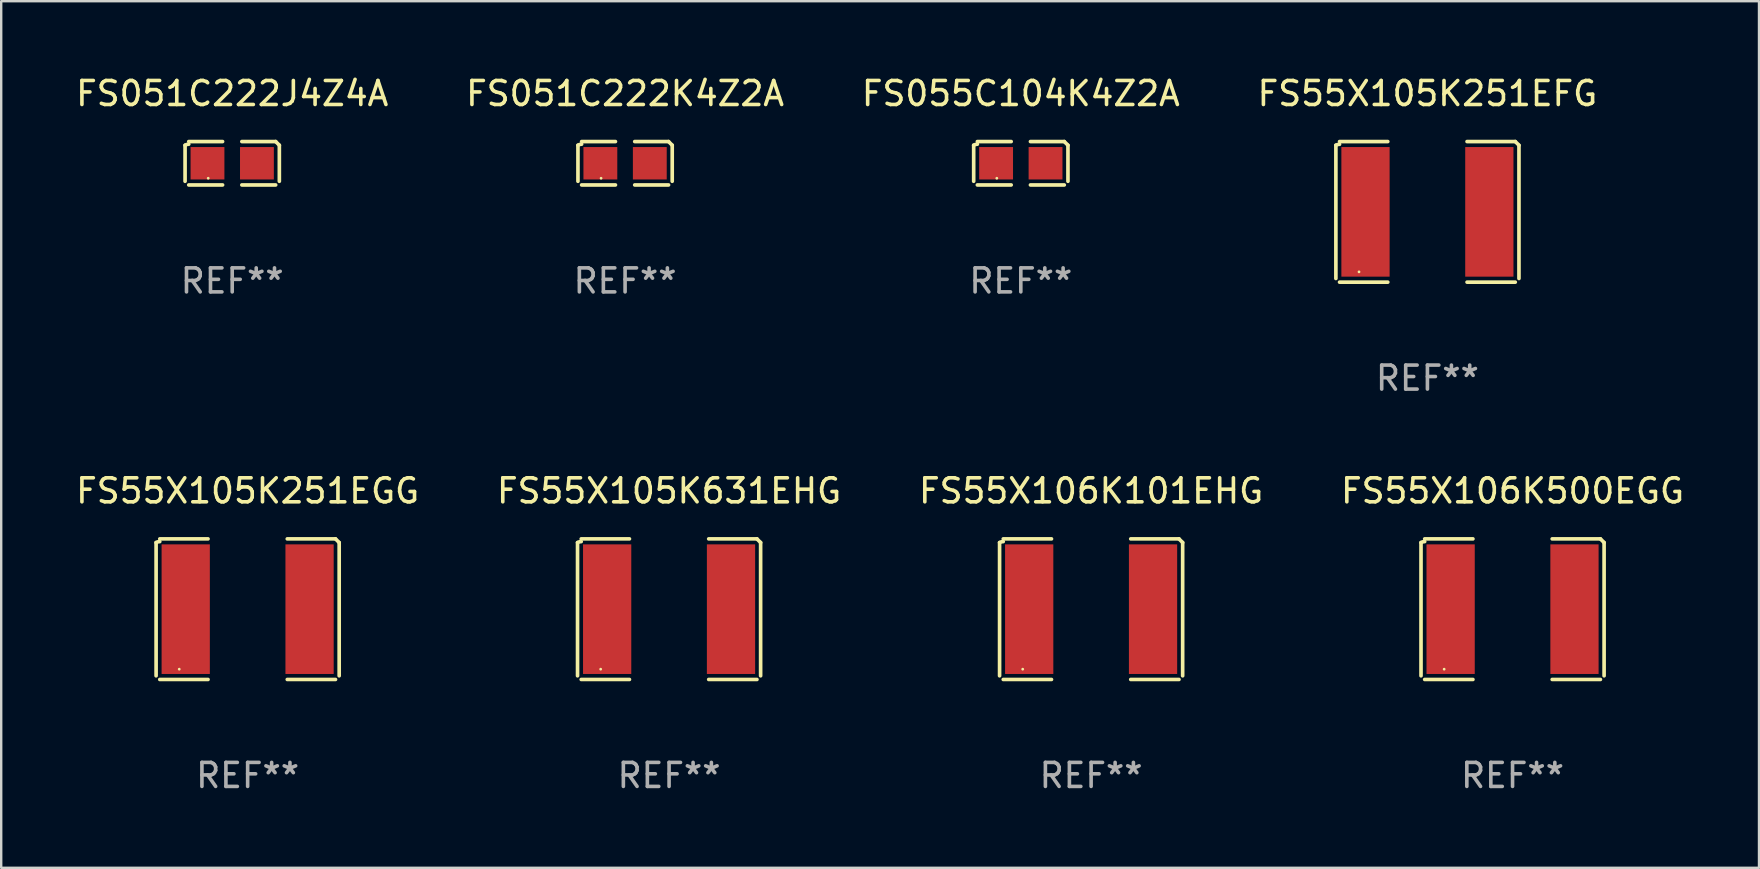
<source format=kicad_pcb>
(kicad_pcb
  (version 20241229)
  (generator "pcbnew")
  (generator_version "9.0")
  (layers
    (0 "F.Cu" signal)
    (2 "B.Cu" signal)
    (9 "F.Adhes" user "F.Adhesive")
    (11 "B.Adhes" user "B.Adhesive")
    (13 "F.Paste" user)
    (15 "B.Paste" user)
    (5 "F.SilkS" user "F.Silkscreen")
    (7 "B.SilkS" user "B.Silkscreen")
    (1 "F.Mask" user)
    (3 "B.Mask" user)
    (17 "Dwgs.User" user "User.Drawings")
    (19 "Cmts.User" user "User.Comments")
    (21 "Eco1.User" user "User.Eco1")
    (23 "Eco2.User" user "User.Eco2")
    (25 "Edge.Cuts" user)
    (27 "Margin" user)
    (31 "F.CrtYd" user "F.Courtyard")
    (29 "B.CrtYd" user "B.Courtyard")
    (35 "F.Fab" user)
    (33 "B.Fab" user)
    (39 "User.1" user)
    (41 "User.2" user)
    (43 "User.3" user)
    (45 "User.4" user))
  (footprint "FS055C104K4Z2A"
    (layer "F.Cu")
    (at 39.482 3.752)
    (property "Reference" "FS055C104K4Z2A" (at 0 -2.904 0) (layer "F.SilkS") (effects (font (size 1 1) (thickness 0.15))))
    (attr through_hole)
    (fp_line (start -1.964 0.751) (end -1.964 -0.751) (stroke (width 0.152) (type solid)) (layer "F.SilkS"))
    (fp_line (start -1.811 -0.904) (end -0.401 -0.904) (stroke (width 0.152) (type solid)) (layer "F.SilkS"))
    (fp_line (start -0.401 0.904) (end -1.811 0.904) (stroke (width 0.152) (type solid)) (layer "F.SilkS"))
    (fp_line (start 0.401 0.904) (end 1.811 0.904) (stroke (width 0.152) (type solid)) (layer "F.SilkS"))
    (fp_line (start 1.811 -0.904) (end 0.401 -0.904) (stroke (width 0.152) (type solid)) (layer "F.SilkS"))
    (fp_line (start 1.964 0.751) (end 1.964 -0.751) (stroke (width 0.152) (type solid)) (layer "F.SilkS"))
    (fp_arc (start -1.963602 -0.751207) (mid -1.890354 -0.783131) (end -1.811201 -0.794044) (stroke (width 0.1524) (type solid)) (layer "F.SilkS"))
    (fp_arc (start 1.811202 -0.903607) (mid 1.887413 -0.827418) (end 1.963602 -0.751207) (stroke (width 0.1524) (type solid)) (layer "F.SilkS"))
    (fp_circle (center -1 0.625) (end -0.97 0.625) (stroke (width 0.06) (type solid)) (fill no) (layer "F.SilkS"))
    (fp_text user "REF**" (at 0 4.904 0) (layer "F.Fab") (effects (font (size 1 1) (thickness 0.15))))
    (pad "1" smd rect (at -1.03 0) (size 1.41 1.35) (layers "F.Cu" "F.Mask" "F.Paste"))
    (pad "2" smd rect (at 1.03 0) (size 1.41 1.35) (layers "F.Cu" "F.Mask" "F.Paste")))
  (footprint "FS55X106K500EGG"
    (layer "F.Cu")
    (at 59.97 22.331)
    (property "Reference" "FS55X106K500EGG" (at 0 -4.929 0) (layer "F.SilkS") (effects (font (size 1 1) (thickness 0.15))))
    (attr through_hole)
    (fp_line (start -3.814 2.776) (end -3.814 -2.776) (stroke (width 0.152) (type solid)) (layer "F.SilkS"))
    (fp_line (start -3.661 -2.929) (end -1.651 -2.929) (stroke (width 0.152) (type solid)) (layer "F.SilkS"))
    (fp_line (start -1.651 2.929) (end -3.661 2.929) (stroke (width 0.152) (type solid)) (layer "F.SilkS"))
    (fp_line (start 1.651 2.929) (end 3.661 2.929) (stroke (width 0.152) (type solid)) (layer "F.SilkS"))
    (fp_line (start 3.661 -2.929) (end 1.651 -2.929) (stroke (width 0.152) (type solid)) (layer "F.SilkS"))
    (fp_line (start 3.814 2.776) (end 3.814 -2.776) (stroke (width 0.152) (type solid)) (layer "F.SilkS"))
    (fp_arc (start -3.813614 -2.7762) (mid -3.739925 -2.805625) (end -3.661214 -2.815646) (stroke (width 0.1524) (type solid)) (layer "F.SilkS"))
    (fp_arc (start 3.661214 -2.9286) (mid 3.737425 -2.852411) (end 3.813614 -2.7762) (stroke (width 0.1524) (type solid)) (layer "F.SilkS"))
    (fp_circle (center -2.85 2.5) (end -2.82 2.5) (stroke (width 0.06) (type solid)) (fill no) (layer "F.SilkS"))
    (fp_text user "REF**" (at 0 6.929 0) (layer "F.Fab") (effects (font (size 1 1) (thickness 0.15))))
    (pad "1" smd rect (at -2.58 0) (size 2.01 5.4) (layers "F.Cu" "F.Mask" "F.Paste"))
    (pad "2" smd rect (at 2.58 0) (size 2.01 5.4) (layers "F.Cu" "F.Mask" "F.Paste")))
  (footprint "FS051C222K4Z2A"
    (layer "F.Cu")
    (at 22.994 3.752)
    (property "Reference" "FS051C222K4Z2A" (at 0 -2.904 0) (layer "F.SilkS") (effects (font (size 1 1) (thickness 0.15))))
    (attr through_hole)
    (fp_line (start -1.964 0.751) (end -1.964 -0.751) (stroke (width 0.152) (type solid)) (layer "F.SilkS"))
    (fp_line (start -1.811 -0.904) (end -0.401 -0.904) (stroke (width 0.152) (type solid)) (layer "F.SilkS"))
    (fp_line (start -0.401 0.904) (end -1.811 0.904) (stroke (width 0.152) (type solid)) (layer "F.SilkS"))
    (fp_line (start 0.401 0.904) (end 1.811 0.904) (stroke (width 0.152) (type solid)) (layer "F.SilkS"))
    (fp_line (start 1.811 -0.904) (end 0.401 -0.904) (stroke (width 0.152) (type solid)) (layer "F.SilkS"))
    (fp_line (start 1.964 0.751) (end 1.964 -0.751) (stroke (width 0.152) (type solid)) (layer "F.SilkS"))
    (fp_arc (start -1.963602 -0.751207) (mid -1.890354 -0.783131) (end -1.811201 -0.794044) (stroke (width 0.1524) (type solid)) (layer "F.SilkS"))
    (fp_arc (start 1.811202 -0.903607) (mid 1.887413 -0.827418) (end 1.963602 -0.751207) (stroke (width 0.1524) (type solid)) (layer "F.SilkS"))
    (fp_circle (center -1 0.625) (end -0.97 0.625) (stroke (width 0.06) (type solid)) (fill no) (layer "F.SilkS"))
    (fp_text user "REF**" (at 0 4.904 0) (layer "F.Fab") (effects (font (size 1 1) (thickness 0.15))))
    (pad "1" smd rect (at -1.03 0) (size 1.41 1.35) (layers "F.Cu" "F.Mask" "F.Paste"))
    (pad "2" smd rect (at 1.03 0) (size 1.41 1.35) (layers "F.Cu" "F.Mask" "F.Paste")))
  (footprint "FS051C222J4Z4A"
    (layer "F.Cu")
    (at 6.625 3.752)
    (property "Reference" "FS051C222J4Z4A" (at 0 -2.904 0) (layer "F.SilkS") (effects (font (size 1 1) (thickness 0.15))))
    (attr through_hole)
    (fp_line (start -1.964 0.751) (end -1.964 -0.751) (stroke (width 0.152) (type solid)) (layer "F.SilkS"))
    (fp_line (start -1.811 -0.904) (end -0.401 -0.904) (stroke (width 0.152) (type solid)) (layer "F.SilkS"))
    (fp_line (start -0.401 0.904) (end -1.811 0.904) (stroke (width 0.152) (type solid)) (layer "F.SilkS"))
    (fp_line (start 0.401 0.904) (end 1.811 0.904) (stroke (width 0.152) (type solid)) (layer "F.SilkS"))
    (fp_line (start 1.811 -0.904) (end 0.401 -0.904) (stroke (width 0.152) (type solid)) (layer "F.SilkS"))
    (fp_line (start 1.964 0.751) (end 1.964 -0.751) (stroke (width 0.152) (type solid)) (layer "F.SilkS"))
    (fp_arc (start -1.963602 -0.751207) (mid -1.890354 -0.783131) (end -1.811201 -0.794044) (stroke (width 0.1524) (type solid)) (layer "F.SilkS"))
    (fp_arc (start 1.811202 -0.903607) (mid 1.887413 -0.827418) (end 1.963602 -0.751207) (stroke (width 0.1524) (type solid)) (layer "F.SilkS"))
    (fp_circle (center -1 0.625) (end -0.97 0.625) (stroke (width 0.06) (type solid)) (fill no) (layer "F.SilkS"))
    (fp_text user "REF**" (at 0 4.904 0) (layer "F.Fab") (effects (font (size 1 1) (thickness 0.15))))
    (pad "1" smd rect (at -1.03 0) (size 1.41 1.35) (layers "F.Cu" "F.Mask" "F.Paste"))
    (pad "2" smd rect (at 1.03 0) (size 1.41 1.35) (layers "F.Cu" "F.Mask" "F.Paste")))
  (footprint "FS55X105K251EFG"
    (layer "F.Cu")
    (at 56.423 5.777)
    (property "Reference" "FS55X105K251EFG" (at 0 -4.929 0) (layer "F.SilkS") (effects (font (size 1 1) (thickness 0.15))))
    (attr through_hole)
    (fp_line (start -3.814 2.776) (end -3.814 -2.776) (stroke (width 0.152) (type solid)) (layer "F.SilkS"))
    (fp_line (start -3.661 -2.929) (end -1.651 -2.929) (stroke (width 0.152) (type solid)) (layer "F.SilkS"))
    (fp_line (start -1.651 2.929) (end -3.661 2.929) (stroke (width 0.152) (type solid)) (layer "F.SilkS"))
    (fp_line (start 1.651 2.929) (end 3.661 2.929) (stroke (width 0.152) (type solid)) (layer "F.SilkS"))
    (fp_line (start 3.661 -2.929) (end 1.651 -2.929) (stroke (width 0.152) (type solid)) (layer "F.SilkS"))
    (fp_line (start 3.814 2.776) (end 3.814 -2.776) (stroke (width 0.152) (type solid)) (layer "F.SilkS"))
    (fp_arc (start -3.813614 -2.7762) (mid -3.739925 -2.805625) (end -3.661214 -2.815646) (stroke (width 0.1524) (type solid)) (layer "F.SilkS"))
    (fp_arc (start 3.661214 -2.9286) (mid 3.737425 -2.852411) (end 3.813614 -2.7762) (stroke (width 0.1524) (type solid)) (layer "F.SilkS"))
    (fp_circle (center -2.85 2.5) (end -2.82 2.5) (stroke (width 0.06) (type solid)) (fill no) (layer "F.SilkS"))
    (fp_text user "REF**" (at 0 6.929 0) (layer "F.Fab") (effects (font (size 1 1) (thickness 0.15))))
    (pad "1" smd rect (at -2.58 0) (size 2.01 5.4) (layers "F.Cu" "F.Mask" "F.Paste"))
    (pad "2" smd rect (at 2.58 0) (size 2.01 5.4) (layers "F.Cu" "F.Mask" "F.Paste")))
  (footprint "FS55X105K631EHG"
    (layer "F.Cu")
    (at 24.827 22.331)
    (property "Reference" "FS55X105K631EHG" (at 0 -4.929 0) (layer "F.SilkS") (effects (font (size 1 1) (thickness 0.15))))
    (attr through_hole)
    (fp_line (start -3.814 2.776) (end -3.814 -2.776) (stroke (width 0.152) (type solid)) (layer "F.SilkS"))
    (fp_line (start -3.661 -2.929) (end -1.651 -2.929) (stroke (width 0.152) (type solid)) (layer "F.SilkS"))
    (fp_line (start -1.651 2.929) (end -3.661 2.929) (stroke (width 0.152) (type solid)) (layer "F.SilkS"))
    (fp_line (start 1.651 2.929) (end 3.661 2.929) (stroke (width 0.152) (type solid)) (layer "F.SilkS"))
    (fp_line (start 3.661 -2.929) (end 1.651 -2.929) (stroke (width 0.152) (type solid)) (layer "F.SilkS"))
    (fp_line (start 3.814 2.776) (end 3.814 -2.776) (stroke (width 0.152) (type solid)) (layer "F.SilkS"))
    (fp_arc (start -3.813614 -2.7762) (mid -3.739925 -2.805625) (end -3.661214 -2.815646) (stroke (width 0.1524) (type solid)) (layer "F.SilkS"))
    (fp_arc (start 3.661214 -2.9286) (mid 3.737425 -2.852411) (end 3.813614 -2.7762) (stroke (width 0.1524) (type solid)) (layer "F.SilkS"))
    (fp_circle (center -2.85 2.5) (end -2.82 2.5) (stroke (width 0.06) (type solid)) (fill no) (layer "F.SilkS"))
    (fp_text user "REF**" (at 0 6.929 0) (layer "F.Fab") (effects (font (size 1 1) (thickness 0.15))))
    (pad "1" smd rect (at -2.58 0) (size 2.01 5.4) (layers "F.Cu" "F.Mask" "F.Paste"))
    (pad "2" smd rect (at 2.58 0) (size 2.01 5.4) (layers "F.Cu" "F.Mask" "F.Paste")))
  (footprint "FS55X106K101EHG"
    (layer "F.Cu")
    (at 42.411 22.331)
    (property "Reference" "FS55X106K101EHG" (at 0 -4.929 0) (layer "F.SilkS") (effects (font (size 1 1) (thickness 0.15))))
    (attr through_hole)
    (fp_line (start -3.814 2.776) (end -3.814 -2.776) (stroke (width 0.152) (type solid)) (layer "F.SilkS"))
    (fp_line (start -3.661 -2.929) (end -1.651 -2.929) (stroke (width 0.152) (type solid)) (layer "F.SilkS"))
    (fp_line (start -1.651 2.929) (end -3.661 2.929) (stroke (width 0.152) (type solid)) (layer "F.SilkS"))
    (fp_line (start 1.651 2.929) (end 3.661 2.929) (stroke (width 0.152) (type solid)) (layer "F.SilkS"))
    (fp_line (start 3.661 -2.929) (end 1.651 -2.929) (stroke (width 0.152) (type solid)) (layer "F.SilkS"))
    (fp_line (start 3.814 2.776) (end 3.814 -2.776) (stroke (width 0.152) (type solid)) (layer "F.SilkS"))
    (fp_arc (start -3.813614 -2.7762) (mid -3.739925 -2.805625) (end -3.661214 -2.815646) (stroke (width 0.1524) (type solid)) (layer "F.SilkS"))
    (fp_arc (start 3.661214 -2.9286) (mid 3.737425 -2.852411) (end 3.813614 -2.7762) (stroke (width 0.1524) (type solid)) (layer "F.SilkS"))
    (fp_circle (center -2.85 2.5) (end -2.82 2.5) (stroke (width 0.06) (type solid)) (fill no) (layer "F.SilkS"))
    (fp_text user "REF**" (at 0 6.929 0) (layer "F.Fab") (effects (font (size 1 1) (thickness 0.15))))
    (pad "1" smd rect (at -2.58 0) (size 2.01 5.4) (layers "F.Cu" "F.Mask" "F.Paste"))
    (pad "2" smd rect (at 2.58 0) (size 2.01 5.4) (layers "F.Cu" "F.Mask" "F.Paste")))
  (footprint "FS55X105K251EGG"
    (layer "F.Cu")
    (at 7.268 22.331)
    (property "Reference" "FS55X105K251EGG" (at 0 -4.929 0) (layer "F.SilkS") (effects (font (size 1 1) (thickness 0.15))))
    (attr through_hole)
    (fp_line (start -3.814 2.776) (end -3.814 -2.776) (stroke (width 0.152) (type solid)) (layer "F.SilkS"))
    (fp_line (start -3.661 -2.929) (end -1.651 -2.929) (stroke (width 0.152) (type solid)) (layer "F.SilkS"))
    (fp_line (start -1.651 2.929) (end -3.661 2.929) (stroke (width 0.152) (type solid)) (layer "F.SilkS"))
    (fp_line (start 1.651 2.929) (end 3.661 2.929) (stroke (width 0.152) (type solid)) (layer "F.SilkS"))
    (fp_line (start 3.661 -2.929) (end 1.651 -2.929) (stroke (width 0.152) (type solid)) (layer "F.SilkS"))
    (fp_line (start 3.814 2.776) (end 3.814 -2.776) (stroke (width 0.152) (type solid)) (layer "F.SilkS"))
    (fp_arc (start -3.813614 -2.7762) (mid -3.739925 -2.805625) (end -3.661214 -2.815646) (stroke (width 0.1524) (type solid)) (layer "F.SilkS"))
    (fp_arc (start 3.661214 -2.9286) (mid 3.737425 -2.852411) (end 3.813614 -2.7762) (stroke (width 0.1524) (type solid)) (layer "F.SilkS"))
    (fp_circle (center -2.85 2.5) (end -2.82 2.5) (stroke (width 0.06) (type solid)) (fill no) (layer "F.SilkS"))
    (fp_text user "REF**" (at 0 6.929 0) (layer "F.Fab") (effects (font (size 1 1) (thickness 0.15))))
    (pad "1" smd rect (at -2.58 0) (size 2.01 5.4) (layers "F.Cu" "F.Mask" "F.Paste"))
    (pad "2" smd rect (at 2.58 0) (size 2.01 5.4) (layers "F.Cu" "F.Mask" "F.Paste")))
  (gr_rect
    (start -3 -3)
    (end 70.238 33.107)
    (stroke (width 0.1) (type default))
    (fill no)
    (layer "Edge.Cuts")))
</source>
